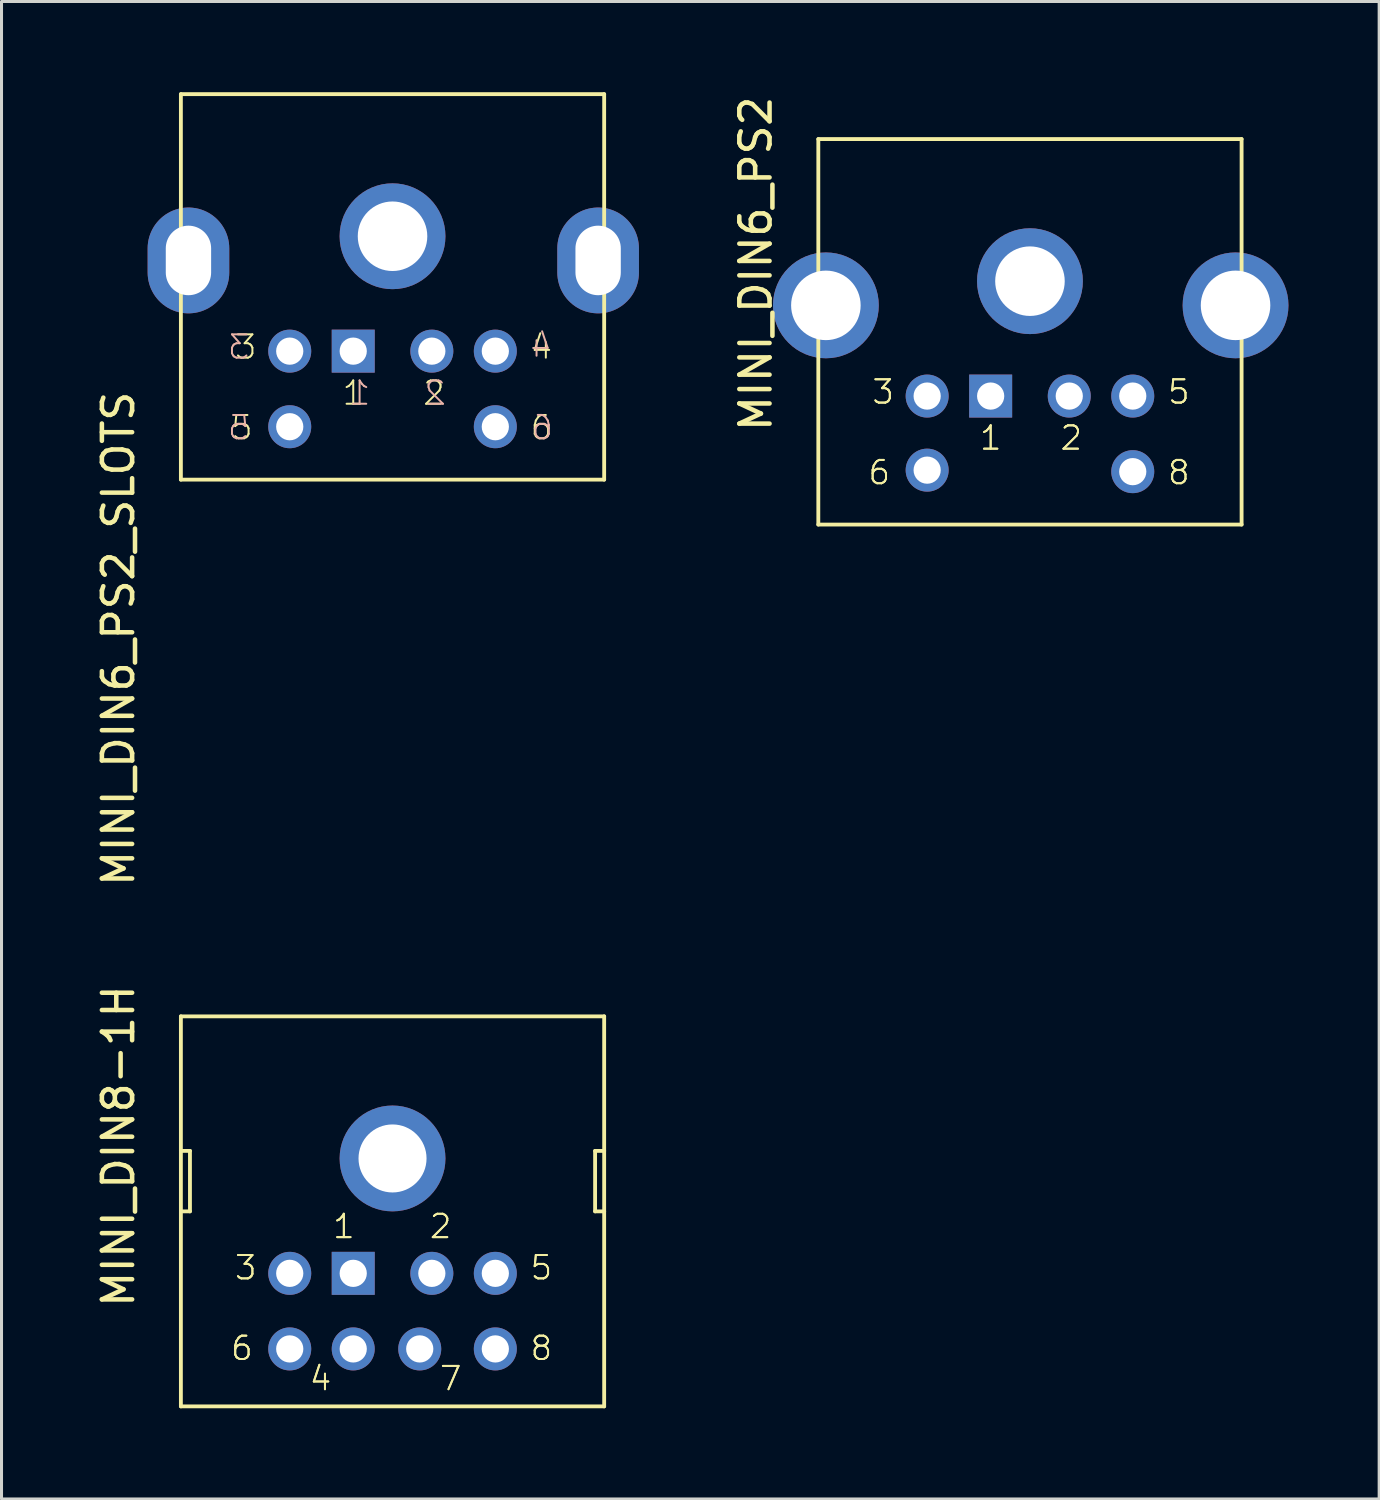
<source format=kicad_pcb>
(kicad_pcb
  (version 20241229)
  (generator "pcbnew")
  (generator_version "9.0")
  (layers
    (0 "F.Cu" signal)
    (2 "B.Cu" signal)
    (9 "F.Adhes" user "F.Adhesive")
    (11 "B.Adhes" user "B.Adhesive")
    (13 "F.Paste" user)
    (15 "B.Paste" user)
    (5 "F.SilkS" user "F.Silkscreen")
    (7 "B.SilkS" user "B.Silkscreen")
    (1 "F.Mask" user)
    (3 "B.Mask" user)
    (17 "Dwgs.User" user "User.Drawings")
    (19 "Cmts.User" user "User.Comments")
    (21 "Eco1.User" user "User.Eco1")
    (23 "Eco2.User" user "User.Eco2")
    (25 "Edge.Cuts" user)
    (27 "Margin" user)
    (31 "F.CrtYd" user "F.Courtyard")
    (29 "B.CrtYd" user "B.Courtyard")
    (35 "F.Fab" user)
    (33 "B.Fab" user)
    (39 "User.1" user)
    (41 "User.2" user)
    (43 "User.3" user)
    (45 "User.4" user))
  (footprint "MINI_DIN6_PS2_SLOTS"
    (layer "F.Cu")
    (at 9.933 4.814)
    (property "Reference" "MINI_DIN6_PS2_SLOTS" (at -8.483 4.998 90) (layer "F.SilkS") (effects (font (size 1 1) (thickness 0.15)) (justify right bottom)))
    (attr through_hole)
    (fp_line (start -7 -4.75) (end -7 -0.25) (stroke (width 0.127) (type solid)) (layer "F.SilkS"))
    (fp_line (start -7 -0.25) (end -7 8) (stroke (width 0.127) (type solid)) (layer "F.SilkS"))
    (fp_line (start -7 -0.25) (end -6.7 -0.25) (stroke (width 0.127) (type solid)) (layer "F.SilkS"))
    (fp_line (start -7 8) (end 7 8) (stroke (width 0.127) (type solid)) (layer "F.SilkS"))
    (fp_line (start -6.7 -0.25) (end -6.7 1.75) (stroke (width 0.127) (type solid)) (layer "F.SilkS"))
    (fp_line (start -6.7 1.75) (end -6.95 1.75) (stroke (width 0.127) (type solid)) (layer "F.SilkS"))
    (fp_line (start 6.7 -0.25) (end 6.7 1.75) (stroke (width 0.127) (type solid)) (layer "F.SilkS"))
    (fp_line (start 6.7 1.75) (end 7 1.75) (stroke (width 0.127) (type solid)) (layer "F.SilkS"))
    (fp_line (start 7 -4.75) (end -7 -4.75) (stroke (width 0.127) (type solid)) (layer "F.SilkS"))
    (fp_line (start 7 -0.25) (end 6.7 -0.25) (stroke (width 0.127) (type solid)) (layer "F.SilkS"))
    (fp_line (start 7 -0.25) (end 7 -4.75) (stroke (width 0.127) (type solid)) (layer "F.SilkS"))
    (fp_line (start 7 1.75) (end 7 -0.25) (stroke (width 0.127) (type solid)) (layer "F.SilkS"))
    (fp_line (start 7 8) (end 7 1.75) (stroke (width 0.127) (type solid)) (layer "F.SilkS"))
    (fp_text user "5" (at -4.572 6.731 180) (layer "F.SilkS") (effects (font (size 0.772 0.772) (thickness 0.065)) (justify right bottom)))
    (fp_text user "6" (at 5.334 6.731 180) (layer "F.SilkS") (effects (font (size 0.772 0.772) (thickness 0.065)) (justify right bottom)))
    (fp_text user "2" (at 1.778 5.588 180) (layer "F.SilkS") (effects (font (size 0.772 0.772) (thickness 0.065)) (justify right bottom)))
    (fp_text user "4" (at 5.334 4.064 180) (layer "F.SilkS") (effects (font (size 0.772 0.772) (thickness 0.065)) (justify right bottom)))
    (fp_text user "1" (at -0.889 5.588 180) (layer "F.SilkS") (effects (font (size 0.772 0.772) (thickness 0.065)) (justify right bottom)))
    (fp_text user "3" (at -4.445 4.064 180) (layer "F.SilkS") (effects (font (size 0.772 0.772) (thickness 0.065)) (justify right bottom)))
    (fp_text user "1" (at -1.5 5.588 180) (layer "B.SilkS") (effects (font (size 0.772 0.772) (thickness 0.065)) (justify right bottom mirror)))
    (fp_text user "5" (at -5.5 6.731 180) (layer "B.SilkS") (effects (font (size 0.772 0.772) (thickness 0.065)) (justify right bottom mirror)))
    (fp_text user "6" (at 4.54 6.73 180) (layer "B.SilkS") (effects (font (size 0.772 0.772) (thickness 0.065)) (justify right bottom mirror)))
    (fp_text user "3" (at -5.5 4.064 180) (layer "B.SilkS") (effects (font (size 0.772 0.772) (thickness 0.065)) (justify right bottom mirror)))
    (fp_text user "2" (at 1 5.588 180) (layer "B.SilkS") (effects (font (size 0.772 0.772) (thickness 0.065)) (justify right bottom mirror)))
    (fp_text user "4" (at 4.5 4 180) (layer "B.SilkS") (effects (font (size 0.772 0.772) (thickness 0.065)) (justify right bottom mirror)))
    (pad "1" thru_hole rect (at -1.3 3.75) (size 1.422 1.422) (drill 0.9) (layers "*.Cu" "*.Mask"))
    (pad "2" thru_hole circle (at 1.3 3.75) (size 1.422 1.422) (drill 0.9) (layers "*.Cu" "*.Mask"))
    (pad "3" thru_hole circle (at -3.4 3.75) (size 1.422 1.422) (drill 0.9) (layers "*.Cu" "*.Mask"))
    (pad "4" thru_hole circle (at 3.4 3.75) (size 1.422 1.422) (drill 0.9) (layers "*.Cu" "*.Mask"))
    (pad "5" thru_hole circle (at -3.4 6.25) (size 1.422 1.422) (drill 0.9) (layers "*.Cu" "*.Mask"))
    (pad "6" thru_hole circle (at 3.4 6.25) (size 1.422 1.422) (drill 0.9) (layers "*.Cu" "*.Mask"))
    (pad "SH" thru_hole oval (at -6.75 0.75) (size 2.7 3.5) (drill oval 1.5 2.3) (layers "*.Cu" "*.Mask"))
    (pad "SH" thru_hole circle (at 0 -0.05) (size 3.5 3.5) (drill 2.3) (layers "*.Cu" "*.Mask"))
    (pad "SH" thru_hole oval (at 6.8 0.75) (size 2.7 3.5) (drill oval 1.5 2.3) (layers "*.Cu" "*.Mask")))
  (footprint "MINI_DIN6_PS2"
    (layer "F.Cu")
    (at 31.016 6.3)
    (property "Reference" "MINI_DIN6_PS2" (at -8.483 4.998 270) (layer "F.SilkS") (effects (font (size 1 1) (thickness 0.15)) (justify left bottom)))
    (attr through_hole)
    (fp_line (start -7 -4.75) (end -7 -0.25) (stroke (width 0.127) (type solid)) (layer "F.SilkS"))
    (fp_line (start -7 -0.25) (end -7 8) (stroke (width 0.127) (type solid)) (layer "F.SilkS"))
    (fp_line (start -7 -0.25) (end -6.7 -0.25) (stroke (width 0.127) (type solid)) (layer "F.SilkS"))
    (fp_line (start -7 8) (end 7 8) (stroke (width 0.127) (type solid)) (layer "F.SilkS"))
    (fp_line (start -6.7 -0.25) (end -6.7 1.75) (stroke (width 0.127) (type solid)) (layer "F.SilkS"))
    (fp_line (start -6.7 1.75) (end -6.95 1.75) (stroke (width 0.127) (type solid)) (layer "F.SilkS"))
    (fp_line (start 6.7 -0.25) (end 6.7 1.75) (stroke (width 0.127) (type solid)) (layer "F.SilkS"))
    (fp_line (start 6.7 1.75) (end 7 1.75) (stroke (width 0.127) (type solid)) (layer "F.SilkS"))
    (fp_line (start 7 -4.75) (end -7 -4.75) (stroke (width 0.127) (type solid)) (layer "F.SilkS"))
    (fp_line (start 7 -0.25) (end 6.7 -0.25) (stroke (width 0.127) (type solid)) (layer "F.SilkS"))
    (fp_line (start 7 -0.25) (end 7 -4.75) (stroke (width 0.127) (type solid)) (layer "F.SilkS"))
    (fp_line (start 7 1.75) (end 7 -0.25) (stroke (width 0.127) (type solid)) (layer "F.SilkS"))
    (fp_line (start 7 8) (end 7 1.75) (stroke (width 0.127) (type solid)) (layer "F.SilkS"))
    (fp_text user "6" (at -4.572 6.731 180) (layer "F.SilkS") (effects (font (size 0.772 0.772) (thickness 0.065)) (justify right bottom)))
    (fp_text user "5" (at 5.334 4.064 180) (layer "F.SilkS") (effects (font (size 0.772 0.772) (thickness 0.065)) (justify right bottom)))
    (fp_text user "1" (at -0.889 5.588 180) (layer "F.SilkS") (effects (font (size 0.772 0.772) (thickness 0.065)) (justify right bottom)))
    (fp_text user "2" (at 1.778 5.588 180) (layer "F.SilkS") (effects (font (size 0.772 0.772) (thickness 0.065)) (justify right bottom)))
    (fp_text user "1" (at -0.889 5.588 180) (layer "F.SilkS") (effects (font (size 0.772 0.772) (thickness 0.065)) (justify right bottom)))
    (fp_text user "5" (at 5.334 4.064 180) (layer "F.SilkS") (effects (font (size 0.772 0.772) (thickness 0.065)) (justify right bottom)))
    (fp_text user "2" (at 1.778 5.588 180) (layer "F.SilkS") (effects (font (size 0.772 0.772) (thickness 0.065)) (justify right bottom)))
    (fp_text user "8" (at 5.334 6.731 180) (layer "F.SilkS") (effects (font (size 0.772 0.772) (thickness 0.065)) (justify right bottom)))
    (fp_text user "6" (at -4.572 6.731 180) (layer "F.SilkS") (effects (font (size 0.772 0.772) (thickness 0.065)) (justify right bottom)))
    (fp_text user "8" (at 5.334 6.731 180) (layer "F.SilkS") (effects (font (size 0.772 0.772) (thickness 0.065)) (justify right bottom)))
    (fp_text user "3" (at -4.445 4.064 180) (layer "F.SilkS") (effects (font (size 0.772 0.772) (thickness 0.065)) (justify right bottom)))
    (fp_text user "3" (at -4.445 4.064 180) (layer "F.SilkS") (effects (font (size 0.772 0.772) (thickness 0.065)) (justify right bottom)))
    (pad "1" thru_hole rect (at -1.3 3.75) (size 1.422 1.422) (drill 0.9) (layers "*.Cu" "*.Mask"))
    (pad "2" thru_hole circle (at 1.3 3.75) (size 1.422 1.422) (drill 0.9) (layers "*.Cu" "*.Mask"))
    (pad "3" thru_hole circle (at -3.4 3.75) (size 1.422 1.422) (drill 0.9) (layers "*.Cu" "*.Mask"))
    (pad "5" thru_hole circle (at 3.4 3.75) (size 1.422 1.422) (drill 0.9) (layers "*.Cu" "*.Mask"))
    (pad "6" thru_hole circle (at -3.4 6.2) (size 1.422 1.422) (drill 0.9) (layers "*.Cu" "*.Mask"))
    (pad "8" thru_hole circle (at 3.4 6.25) (size 1.422 1.422) (drill 0.9) (layers "*.Cu" "*.Mask"))
    (pad "SH1" thru_hole circle (at 6.8 0.75) (size 3.5 3.5) (drill 2.3) (layers "*.Cu" "*.Mask"))
    (pad "SH2" thru_hole circle (at 0 -0.05) (size 3.5 3.5) (drill 2.3) (layers "*.Cu" "*.Mask"))
    (pad "SH3" thru_hole circle (at -6.75 0.75) (size 3.5 3.5) (drill 2.3) (layers "*.Cu" "*.Mask")))
  (footprint "MINI_DIN8-1H"
    (layer "F.Cu")
    (at 9.933 35.266)
    (property "Reference" "MINI_DIN8-1H" (at -8.483 4.998 270) (layer "F.SilkS") (effects (font (size 1 1) (thickness 0.15)) (justify left bottom)))
    (attr through_hole)
    (fp_line (start -7 -4.7) (end -7 -0.25) (stroke (width 0.127) (type solid)) (layer "F.SilkS"))
    (fp_line (start -7 -0.25) (end -7 8.2) (stroke (width 0.127) (type solid)) (layer "F.SilkS"))
    (fp_line (start -7 -0.25) (end -6.7 -0.25) (stroke (width 0.127) (type solid)) (layer "F.SilkS"))
    (fp_line (start -7 8.2) (end 7 8.2) (stroke (width 0.127) (type solid)) (layer "F.SilkS"))
    (fp_line (start -6.7 -0.25) (end -6.7 1.75) (stroke (width 0.127) (type solid)) (layer "F.SilkS"))
    (fp_line (start -6.7 1.75) (end -6.95 1.75) (stroke (width 0.127) (type solid)) (layer "F.SilkS"))
    (fp_line (start 6.7 -0.25) (end 6.7 1.75) (stroke (width 0.127) (type solid)) (layer "F.SilkS"))
    (fp_line (start 6.7 1.75) (end 7 1.75) (stroke (width 0.127) (type solid)) (layer "F.SilkS"))
    (fp_line (start 7 -4.7) (end -7 -4.7) (stroke (width 0.127) (type solid)) (layer "F.SilkS"))
    (fp_line (start 7 -0.25) (end 6.7 -0.25) (stroke (width 0.127) (type solid)) (layer "F.SilkS"))
    (fp_line (start 7 -0.25) (end 7 -4.7) (stroke (width 0.127) (type solid)) (layer "F.SilkS"))
    (fp_line (start 7 1.75) (end 7 -0.25) (stroke (width 0.127) (type solid)) (layer "F.SilkS"))
    (fp_line (start 7 8.2) (end 7 1.75) (stroke (width 0.127) (type solid)) (layer "F.SilkS"))
    (fp_text user "4" (at -1.972 7.731 180) (layer "F.SilkS") (effects (font (size 0.772 0.772) (thickness 0.065)) (justify right bottom)))
    (fp_text user "7" (at 2.334 7.731 180) (layer "F.SilkS") (effects (font (size 0.772 0.772) (thickness 0.065)) (justify right bottom)))
    (fp_text user "5" (at 5.334 4.064 180) (layer "F.SilkS") (effects (font (size 0.772 0.772) (thickness 0.065)) (justify right bottom)))
    (fp_text user "2" (at 2 2.7 180) (layer "F.SilkS") (effects (font (size 0.772 0.772) (thickness 0.065)) (justify right bottom)))
    (fp_text user "4" (at -1.972 7.731 180) (layer "F.SilkS") (effects (font (size 0.772 0.772) (thickness 0.065)) (justify right bottom)))
    (fp_text user "1" (at -1.2 2.7 180) (layer "F.SilkS") (effects (font (size 0.772 0.772) (thickness 0.065)) (justify right bottom)))
    (fp_text user "6" (at -4.572 6.731 180) (layer "F.SilkS") (effects (font (size 0.772 0.772) (thickness 0.065)) (justify right bottom)))
    (fp_text user "1" (at -1.2 2.7 180) (layer "F.SilkS") (effects (font (size 0.772 0.772) (thickness 0.065)) (justify right bottom)))
    (fp_text user "8" (at 5.334 6.731 180) (layer "F.SilkS") (effects (font (size 0.772 0.772) (thickness 0.065)) (justify right bottom)))
    (fp_text user "6" (at -4.572 6.731 180) (layer "F.SilkS") (effects (font (size 0.772 0.772) (thickness 0.065)) (justify right bottom)))
    (fp_text user "7" (at 2.334 7.731 180) (layer "F.SilkS") (effects (font (size 0.772 0.772) (thickness 0.065)) (justify right bottom)))
    (fp_text user "2" (at 2 2.7 180) (layer "F.SilkS") (effects (font (size 0.772 0.772) (thickness 0.065)) (justify right bottom)))
    (fp_text user "3" (at -4.445 4.064 180) (layer "F.SilkS") (effects (font (size 0.772 0.772) (thickness 0.065)) (justify right bottom)))
    (fp_text user "5" (at 5.334 4.064 180) (layer "F.SilkS") (effects (font (size 0.772 0.772) (thickness 0.065)) (justify right bottom)))
    (fp_text user "3" (at -4.445 4.064 180) (layer "F.SilkS") (effects (font (size 0.772 0.772) (thickness 0.065)) (justify right bottom)))
    (fp_text user "8" (at 5.334 6.731 180) (layer "F.SilkS") (effects (font (size 0.772 0.772) (thickness 0.065)) (justify right bottom)))
    (pad "1" thru_hole rect (at -1.3 3.8) (size 1.422 1.422) (drill 0.9) (layers "*.Cu" "*.Mask"))
    (pad "2" thru_hole circle (at 1.3 3.8) (size 1.422 1.422) (drill 0.9) (layers "*.Cu" "*.Mask"))
    (pad "3" thru_hole circle (at -3.4 3.8) (size 1.422 1.422) (drill 0.9) (layers "*.Cu" "*.Mask"))
    (pad "4" thru_hole circle (at -1.3 6.3) (size 1.422 1.422) (drill 0.9) (layers "*.Cu" "*.Mask"))
    (pad "5" thru_hole circle (at 3.4 3.8) (size 1.422 1.422) (drill 0.9) (layers "*.Cu" "*.Mask"))
    (pad "6" thru_hole circle (at -3.4 6.3) (size 1.422 1.422) (drill 0.9) (layers "*.Cu" "*.Mask"))
    (pad "7" thru_hole circle (at 0.9 6.3) (size 1.422 1.422) (drill 0.9) (layers "*.Cu" "*.Mask"))
    (pad "8" thru_hole circle (at 3.4 6.3) (size 1.422 1.422) (drill 0.9) (layers "*.Cu" "*.Mask"))
    (pad "SH2" thru_hole circle (at 0 0) (size 3.5 3.5) (drill 2.25) (layers "*.Cu" "*.Mask")))
  (gr_rect
    (start -3 -3)
    (end 42.566 46.529)
    (stroke (width 0.1) (type default))
    (fill no)
    (layer "Edge.Cuts")))
</source>
